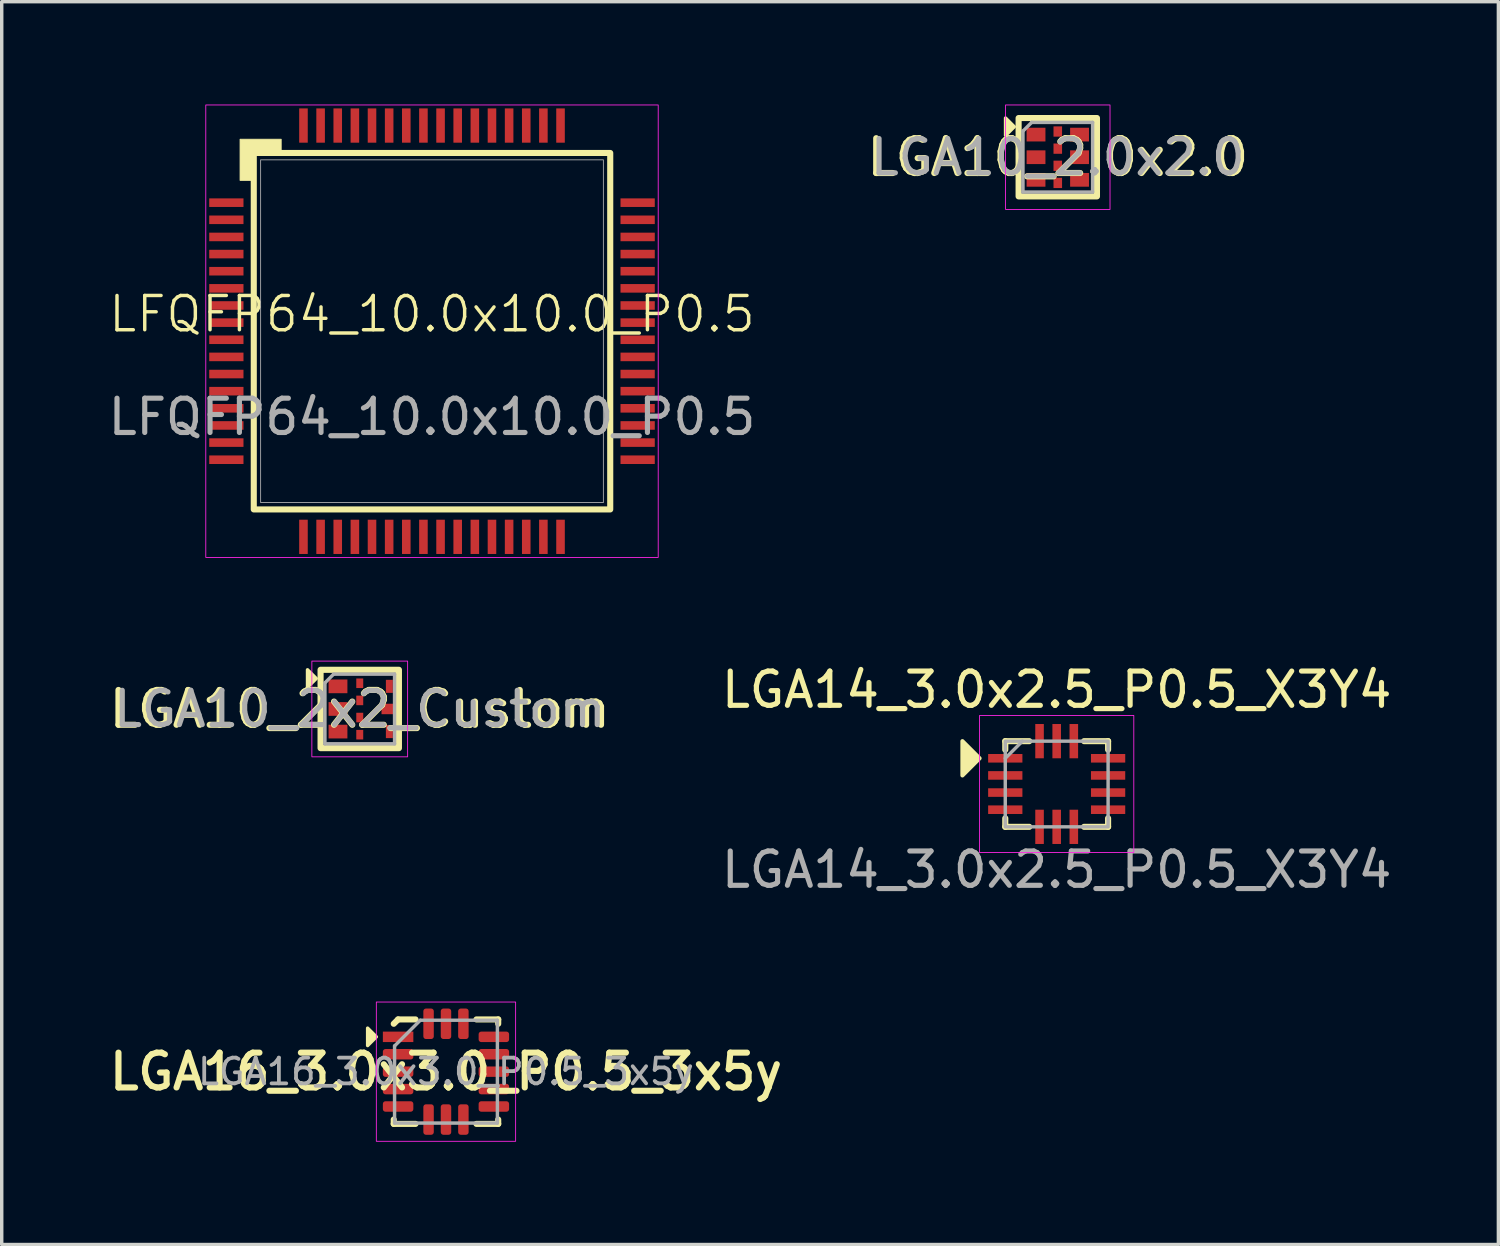
<source format=kicad_pcb>
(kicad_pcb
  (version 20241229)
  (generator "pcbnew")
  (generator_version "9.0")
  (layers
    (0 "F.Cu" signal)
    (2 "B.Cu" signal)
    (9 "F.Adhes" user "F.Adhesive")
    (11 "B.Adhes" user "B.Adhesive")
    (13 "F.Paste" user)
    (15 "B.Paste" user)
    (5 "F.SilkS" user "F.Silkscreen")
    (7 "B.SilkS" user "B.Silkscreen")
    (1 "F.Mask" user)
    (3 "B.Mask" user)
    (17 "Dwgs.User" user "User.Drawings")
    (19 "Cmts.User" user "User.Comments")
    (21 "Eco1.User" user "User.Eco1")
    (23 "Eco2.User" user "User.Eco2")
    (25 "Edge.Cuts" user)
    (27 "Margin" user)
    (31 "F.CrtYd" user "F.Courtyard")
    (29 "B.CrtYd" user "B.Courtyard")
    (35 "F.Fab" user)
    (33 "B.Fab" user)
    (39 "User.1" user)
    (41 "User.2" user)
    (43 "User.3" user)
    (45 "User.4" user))
  (footprint "LFQFP64_10.0x10.0_P0.5"
    (layer "F.Cu")
    (at 9.554 6.613)
    (property "Reference" "LFQFP64_10.0x10.0_P0.5" (at 0 -0.5 0) (unlocked yes) (layer "F.SilkS") (effects (font (size 1 1) (thickness 0.1))))
    (attr smd)
    (fp_rect (start -5.2 -5.2) (end 5.2 5.2) (stroke (width 0.178) (type solid)) (fill no) (layer "F.SilkS"))
    (fp_poly (pts (xy -5.2 -4.4) (xy -5.6 -4.4) (xy -5.6 -5.6) (xy -4.4 -5.6) (xy -4.4 -5.2) (xy -5.2 -5.2)) (stroke (width 0.025) (type solid)) (fill yes) (layer "F.SilkS"))
    (fp_rect (start -6.6 -6.6) (end 6.6 6.6) (stroke (width 0.025) (type solid)) (fill no) (layer "F.CrtYd"))
    (fp_rect (start -5 -5) (end 5 5) (stroke (width 0.025) (type solid)) (fill no) (layer "F.Fab"))
    (fp_text user "${REFERENCE}" (at 0 2.5 0) (unlocked yes) (layer "F.Fab") (effects (font (size 1 1) (thickness 0.15))))
    (pad "1" smd rect (at -6 -3.75) (size 1 0.25) (layers "F.Cu" "F.Mask" "F.Paste"))
    (pad "2" smd rect (at -6 -3.25) (size 1 0.25) (layers "F.Cu" "F.Mask" "F.Paste"))
    (pad "3" smd rect (at -6 -2.75) (size 1 0.25) (layers "F.Cu" "F.Mask" "F.Paste"))
    (pad "4" smd rect (at -6 -2.25) (size 1 0.25) (layers "F.Cu" "F.Mask" "F.Paste"))
    (pad "5" smd rect (at -6 -1.75) (size 1 0.25) (layers "F.Cu" "F.Mask" "F.Paste"))
    (pad "6" smd rect (at -6 -1.25) (size 1 0.25) (layers "F.Cu" "F.Mask" "F.Paste"))
    (pad "7" smd rect (at -6 -0.75) (size 1 0.25) (layers "F.Cu" "F.Mask" "F.Paste"))
    (pad "8" smd rect (at -6 -0.25) (size 1 0.25) (layers "F.Cu" "F.Mask" "F.Paste"))
    (pad "9" smd rect (at -6 0.25) (size 1 0.25) (layers "F.Cu" "F.Mask" "F.Paste"))
    (pad "10" smd rect (at -6 0.75) (size 1 0.25) (layers "F.Cu" "F.Mask" "F.Paste"))
    (pad "11" smd rect (at -6 1.25) (size 1 0.25) (layers "F.Cu" "F.Mask" "F.Paste"))
    (pad "12" smd rect (at -6 1.75) (size 1 0.25) (layers "F.Cu" "F.Mask" "F.Paste"))
    (pad "13" smd rect (at -6 2.25) (size 1 0.25) (layers "F.Cu" "F.Mask" "F.Paste"))
    (pad "14" smd rect (at -6 2.75) (size 1 0.25) (layers "F.Cu" "F.Mask" "F.Paste"))
    (pad "15" smd rect (at -6 3.25) (size 1 0.25) (layers "F.Cu" "F.Mask" "F.Paste"))
    (pad "16" smd rect (at -6 3.75) (size 1 0.25) (layers "F.Cu" "F.Mask" "F.Paste"))
    (pad "17" smd rect (at -3.75 6) (size 0.25 1) (layers "F.Cu" "F.Mask" "F.Paste"))
    (pad "18" smd rect (at -3.25 6) (size 0.25 1) (layers "F.Cu" "F.Mask" "F.Paste"))
    (pad "19" smd rect (at -2.75 6) (size 0.25 1) (layers "F.Cu" "F.Mask" "F.Paste"))
    (pad "20" smd rect (at -2.25 6) (size 0.25 1) (layers "F.Cu" "F.Mask" "F.Paste"))
    (pad "21" smd rect (at -1.75 6) (size 0.25 1) (layers "F.Cu" "F.Mask" "F.Paste"))
    (pad "22" smd rect (at -1.25 6) (size 0.25 1) (layers "F.Cu" "F.Mask" "F.Paste"))
    (pad "23" smd rect (at -0.75 6) (size 0.25 1) (layers "F.Cu" "F.Mask" "F.Paste"))
    (pad "24" smd rect (at -0.25 6) (size 0.25 1) (layers "F.Cu" "F.Mask" "F.Paste"))
    (pad "25" smd rect (at 0.25 6) (size 0.25 1) (layers "F.Cu" "F.Mask" "F.Paste"))
    (pad "26" smd rect (at 0.75 6) (size 0.25 1) (layers "F.Cu" "F.Mask" "F.Paste"))
    (pad "27" smd rect (at 1.25 6) (size 0.25 1) (layers "F.Cu" "F.Mask" "F.Paste"))
    (pad "28" smd rect (at 1.75 6) (size 0.25 1) (layers "F.Cu" "F.Mask" "F.Paste"))
    (pad "29" smd rect (at 2.25 6) (size 0.25 1) (layers "F.Cu" "F.Mask" "F.Paste"))
    (pad "30" smd rect (at 2.75 6) (size 0.25 1) (layers "F.Cu" "F.Mask" "F.Paste"))
    (pad "31" smd rect (at 3.25 6) (size 0.25 1) (layers "F.Cu" "F.Mask" "F.Paste"))
    (pad "32" smd rect (at 3.75 6) (size 0.25 1) (layers "F.Cu" "F.Mask" "F.Paste"))
    (pad "33" smd rect (at 6 3.75) (size 1 0.25) (layers "F.Cu" "F.Mask" "F.Paste"))
    (pad "34" smd rect (at 6 3.25) (size 1 0.25) (layers "F.Cu" "F.Mask" "F.Paste"))
    (pad "35" smd rect (at 6 2.75) (size 1 0.25) (layers "F.Cu" "F.Mask" "F.Paste"))
    (pad "36" smd rect (at 6 2.25) (size 1 0.25) (layers "F.Cu" "F.Mask" "F.Paste"))
    (pad "37" smd rect (at 6 1.75) (size 1 0.25) (layers "F.Cu" "F.Mask" "F.Paste"))
    (pad "38" smd rect (at 6 1.25) (size 1 0.25) (layers "F.Cu" "F.Mask" "F.Paste"))
    (pad "39" smd rect (at 6 0.75) (size 1 0.25) (layers "F.Cu" "F.Mask" "F.Paste"))
    (pad "40" smd rect (at 6 0.25) (size 1 0.25) (layers "F.Cu" "F.Mask" "F.Paste"))
    (pad "41" smd rect (at 6 -0.25) (size 1 0.25) (layers "F.Cu" "F.Mask" "F.Paste"))
    (pad "42" smd rect (at 6 -0.75) (size 1 0.25) (layers "F.Cu" "F.Mask" "F.Paste"))
    (pad "43" smd rect (at 6 -1.25) (size 1 0.25) (layers "F.Cu" "F.Mask" "F.Paste"))
    (pad "44" smd rect (at 6 -1.75) (size 1 0.25) (layers "F.Cu" "F.Mask" "F.Paste"))
    (pad "45" smd rect (at 6 -2.25) (size 1 0.25) (layers "F.Cu" "F.Mask" "F.Paste"))
    (pad "46" smd rect (at 6 -2.75) (size 1 0.25) (layers "F.Cu" "F.Mask" "F.Paste"))
    (pad "47" smd rect (at 6 -3.25) (size 1 0.25) (layers "F.Cu" "F.Mask" "F.Paste"))
    (pad "48" smd rect (at 6 -3.75) (size 1 0.25) (layers "F.Cu" "F.Mask" "F.Paste"))
    (pad "49" smd rect (at 3.75 -6) (size 0.25 1) (layers "F.Cu" "F.Mask" "F.Paste"))
    (pad "50" smd rect (at 3.25 -6) (size 0.25 1) (layers "F.Cu" "F.Mask" "F.Paste"))
    (pad "51" smd rect (at 2.75 -6) (size 0.25 1) (layers "F.Cu" "F.Mask" "F.Paste"))
    (pad "52" smd rect (at 2.25 -6) (size 0.25 1) (layers "F.Cu" "F.Mask" "F.Paste"))
    (pad "53" smd rect (at 1.75 -6) (size 0.25 1) (layers "F.Cu" "F.Mask" "F.Paste"))
    (pad "54" smd rect (at 1.25 -6) (size 0.25 1) (layers "F.Cu" "F.Mask" "F.Paste"))
    (pad "55" smd rect (at 0.75 -6) (size 0.25 1) (layers "F.Cu" "F.Mask" "F.Paste"))
    (pad "56" smd rect (at 0.25 -6) (size 0.25 1) (layers "F.Cu" "F.Mask" "F.Paste"))
    (pad "57" smd rect (at -0.25 -6) (size 0.25 1) (layers "F.Cu" "F.Mask" "F.Paste"))
    (pad "58" smd rect (at -0.75 -6) (size 0.25 1) (layers "F.Cu" "F.Mask" "F.Paste"))
    (pad "59" smd rect (at -1.25 -6) (size 0.25 1) (layers "F.Cu" "F.Mask" "F.Paste"))
    (pad "60" smd rect (at -1.75 -6) (size 0.25 1) (layers "F.Cu" "F.Mask" "F.Paste"))
    (pad "61" smd rect (at -2.25 -6) (size 0.25 1) (layers "F.Cu" "F.Mask" "F.Paste"))
    (pad "62" smd rect (at -2.75 -6) (size 0.25 1) (layers "F.Cu" "F.Mask" "F.Paste"))
    (pad "63" smd rect (at -3.25 -6) (size 0.25 1) (layers "F.Cu" "F.Mask" "F.Paste"))
    (pad "64" smd rect (at -3.75 -6) (size 0.25 1) (layers "F.Cu" "F.Mask" "F.Paste")))
  (footprint "LGA16_3.0x3.0_P0.5_3x5y"
    (layer "F.Cu")
    (at 9.962 28.217)
    (property "Reference" "LGA16_3.0x3.0_P0.5_3x5y" (at 0 0 0) (layer "F.SilkS") (effects (font (size 1.016 1.016) (thickness 0.178))))
    (attr smd)
    (fp_line (start -1.524 -1.397) (end -1.397 -1.524) (stroke (width 0.178) (type solid)) (layer "F.SilkS"))
    (fp_line (start -1.524 1.524) (end -1.524 1.397) (stroke (width 0.178) (type solid)) (layer "F.SilkS"))
    (fp_line (start -1.397 -1.524) (end -0.889 -1.524) (stroke (width 0.178) (type solid)) (layer "F.SilkS"))
    (fp_line (start -0.889 1.524) (end -1.524 1.524) (stroke (width 0.178) (type solid)) (layer "F.SilkS"))
    (fp_line (start 0.889 -1.524) (end 1.524 -1.524) (stroke (width 0.178) (type solid)) (layer "F.SilkS"))
    (fp_line (start 1.524 -1.524) (end 1.524 -1.397) (stroke (width 0.178) (type solid)) (layer "F.SilkS"))
    (fp_line (start 1.524 1.397) (end 1.524 1.524) (stroke (width 0.178) (type solid)) (layer "F.SilkS"))
    (fp_line (start 1.524 1.524) (end 0.889 1.524) (stroke (width 0.178) (type solid)) (layer "F.SilkS"))
    (fp_poly (pts (xy -2.032 -1.016) (xy -2.286 -0.762) (xy -2.286 -1.27)) (stroke (width 0.1) (type solid)) (fill yes) (layer "F.SilkS"))
    (fp_rect (start -2.032 -2.032) (end 2.032 2.032) (stroke (width 0.025) (type solid)) (fill no) (layer "F.CrtYd"))
    (fp_line (start -1.5 -0.75) (end -0.75 -1.5) (stroke (width 0.1) (type solid)) (layer "F.Fab"))
    (fp_line (start -1.5 1.5) (end -1.5 -0.75) (stroke (width 0.1) (type solid)) (layer "F.Fab"))
    (fp_line (start -0.75 -1.5) (end 1.5 -1.5) (stroke (width 0.1) (type solid)) (layer "F.Fab"))
    (fp_line (start 1.5 -1.5) (end 1.5 1.5) (stroke (width 0.1) (type solid)) (layer "F.Fab"))
    (fp_line (start 1.5 1.5) (end -1.5 1.5) (stroke (width 0.1) (type solid)) (layer "F.Fab"))
    (fp_text user "${REFERENCE}" (at 0 0 0) (layer "F.Fab") (effects (font (size 0.75 0.75) (thickness 0.11))))
    (pad "1" smd rect (at -1.397 -1.016) (size 0.889 0.305) (layers "F.Cu" "F.Mask" "F.Paste"))
    (pad "2" smd roundrect (at -1.397 -0.508) (size 0.889 0.305) (layers "F.Cu" "F.Mask" "F.Paste") (roundrect_rratio 0.25))
    (pad "3" smd roundrect (at -1.397 0) (size 0.889 0.305) (layers "F.Cu" "F.Mask" "F.Paste") (roundrect_rratio 0.25))
    (pad "4" smd roundrect (at -1.397 0.508) (size 0.889 0.305) (layers "F.Cu" "F.Mask" "F.Paste") (roundrect_rratio 0.25))
    (pad "5" smd roundrect (at -1.397 1.016) (size 0.889 0.305) (layers "F.Cu" "F.Mask" "F.Paste") (roundrect_rratio 0.25))
    (pad "6" smd roundrect (at -0.508 1.397) (size 0.305 0.889) (layers "F.Cu" "F.Mask" "F.Paste") (roundrect_rratio 0.25))
    (pad "7" smd roundrect (at 0 1.397) (size 0.305 0.889) (layers "F.Cu" "F.Mask" "F.Paste") (roundrect_rratio 0.25))
    (pad "8" smd roundrect (at 0.508 1.397) (size 0.305 0.889) (layers "F.Cu" "F.Mask" "F.Paste") (roundrect_rratio 0.25))
    (pad "9" smd roundrect (at 1.397 1.016) (size 0.889 0.305) (layers "F.Cu" "F.Mask" "F.Paste") (roundrect_rratio 0.25))
    (pad "10" smd roundrect (at 1.397 0.508) (size 0.889 0.305) (layers "F.Cu" "F.Mask" "F.Paste") (roundrect_rratio 0.25))
    (pad "11" smd roundrect (at 1.397 0) (size 0.889 0.305) (layers "F.Cu" "F.Mask" "F.Paste") (roundrect_rratio 0.25))
    (pad "12" smd roundrect (at 1.397 -0.508) (size 0.889 0.305) (layers "F.Cu" "F.Mask" "F.Paste") (roundrect_rratio 0.25))
    (pad "13" smd roundrect (at 1.397 -1.016) (size 0.889 0.305) (layers "F.Cu" "F.Mask" "F.Paste") (roundrect_rratio 0.25))
    (pad "14" smd roundrect (at 0.508 -1.397) (size 0.305 0.889) (layers "F.Cu" "F.Mask" "F.Paste") (roundrect_rratio 0.25))
    (pad "15" smd roundrect (at 0 -1.397) (size 0.305 0.889) (layers "F.Cu" "F.Mask" "F.Paste") (roundrect_rratio 0.25))
    (pad "16" smd roundrect (at -0.508 -1.397) (size 0.305 0.889) (layers "F.Cu" "F.Mask" "F.Paste") (roundrect_rratio 0.25)))
  (footprint "LGA14_3.0x2.5_P0.5_X3Y4"
    (layer "F.Cu")
    (at 27.78 19.824)
    (property "Reference" "LGA14_3.0x2.5_P0.5_X3Y4" (at 0 -2.75 0) (unlocked yes) (layer "F.SilkS") (effects (font (size 1 1) (thickness 0.15))))
    (attr smd)
    (fp_line (start -1.5 -1.25) (end -0.8 -1.25) (stroke (width 0.178) (type solid)) (layer "F.SilkS"))
    (fp_line (start -1.5 -1) (end -1.5 -1.25) (stroke (width 0.178) (type solid)) (layer "F.SilkS"))
    (fp_line (start -1.5 1) (end -1.5 1.25) (stroke (width 0.178) (type solid)) (layer "F.SilkS"))
    (fp_line (start -1.5 1.25) (end -0.8 1.25) (stroke (width 0.178) (type solid)) (layer "F.SilkS"))
    (fp_line (start 0.8 -1.25) (end 1.5 -1.25) (stroke (width 0.178) (type solid)) (layer "F.SilkS"))
    (fp_line (start 0.8 1.25) (end 1.5 1.25) (stroke (width 0.178) (type solid)) (layer "F.SilkS"))
    (fp_line (start 1.5 -1) (end 1.5 -1.25) (stroke (width 0.178) (type solid)) (layer "F.SilkS"))
    (fp_line (start 1.5 1) (end 1.5 1.25) (stroke (width 0.178) (type solid)) (layer "F.SilkS"))
    (fp_poly (pts (xy -2.25 -0.75) (xy -2.75 -0.25) (xy -2.75 -1.25)) (stroke (width 0.12) (type solid)) (fill yes) (layer "F.SilkS"))
    (fp_rect (start -2.25 -2) (end 2.25 2) (stroke (width 0.025) (type solid)) (fill no) (layer "F.CrtYd"))
    (fp_line (start -1.5 -0.75) (end -1 -1.25) (stroke (width 0.1) (type solid)) (layer "F.Fab"))
    (fp_rect (start -1.5 -1.25) (end 1.5 1.25) (stroke (width 0.1) (type solid)) (fill no) (layer "F.Fab"))
    (fp_text user "${REFERENCE}" (at 0 2.5 0) (unlocked yes) (layer "F.Fab") (effects (font (size 1 1) (thickness 0.15))))
    (pad "1" smd rect (at -1.5 -0.75) (size 1 0.25) (layers "F.Cu" "F.Mask" "F.Paste"))
    (pad "2" smd rect (at -1.5 -0.25) (size 1 0.25) (layers "F.Cu" "F.Mask" "F.Paste"))
    (pad "3" smd rect (at -1.5 0.25) (size 1 0.25) (layers "F.Cu" "F.Mask" "F.Paste"))
    (pad "4" smd rect (at -1.5 0.75) (size 1 0.25) (layers "F.Cu" "F.Mask" "F.Paste"))
    (pad "5" smd rect (at -0.5 1.25) (size 0.25 1) (layers "F.Cu" "F.Mask" "F.Paste"))
    (pad "6" smd rect (at 0 1.25) (size 0.25 1) (layers "F.Cu" "F.Mask" "F.Paste"))
    (pad "7" smd rect (at 0.5 1.25) (size 0.25 1) (layers "F.Cu" "F.Mask" "F.Paste"))
    (pad "8" smd rect (at 1.5 0.75) (size 1 0.25) (layers "F.Cu" "F.Mask" "F.Paste"))
    (pad "9" smd rect (at 1.5 0.25) (size 1 0.25) (layers "F.Cu" "F.Mask" "F.Paste"))
    (pad "10" smd rect (at 1.5 -0.25) (size 1 0.25) (layers "F.Cu" "F.Mask" "F.Paste"))
    (pad "11" smd rect (at 1.5 -0.75) (size 1 0.25) (layers "F.Cu" "F.Mask" "F.Paste"))
    (pad "12" smd rect (at 0.5 -1.25) (size 0.25 1) (layers "F.Cu" "F.Mask" "F.Paste"))
    (pad "13" smd rect (at 0 -1.25) (size 0.25 1) (layers "F.Cu" "F.Mask" "F.Paste"))
    (pad "14" smd rect (at -0.5 -1.25) (size 0.25 1) (layers "F.Cu" "F.Mask" "F.Paste")))
  (footprint "LGA10_2x2_Custom"
    (layer "F.Cu")
    (at 7.446 17.635)
    (property "Reference" "LGA10_2x2_Custom" (at 0 0 0) (layer "F.SilkS") (effects (font (size 1.016 1.016) (thickness 0.178))))
    (attr smd)
    (fp_rect (start -1.143 -1.143) (end 1.143 1.143) (stroke (width 0.178) (type solid)) (fill no) (layer "F.SilkS"))
    (fp_poly (pts (xy -1.27 -0.889) (xy -1.524 -0.635) (xy -1.524 -1.143)) (stroke (width 0.1) (type solid)) (fill yes) (layer "F.SilkS"))
    (fp_rect (start -1.397 -1.397) (end 1.397 1.397) (stroke (width 0.025) (type solid)) (fill no) (layer "F.CrtYd"))
    (fp_line (start -1.016 -0.762) (end -1.016 1.016) (stroke (width 0.1) (type solid)) (layer "F.Fab"))
    (fp_line (start -1.016 1.016) (end 1.016 1.016) (stroke (width 0.1) (type solid)) (layer "F.Fab"))
    (fp_line (start -0.762 -1.016) (end -1.016 -0.762) (stroke (width 0.1) (type solid)) (layer "F.Fab"))
    (fp_line (start 1.016 -1.016) (end -0.762 -1.016) (stroke (width 0.1) (type solid)) (layer "F.Fab"))
    (fp_line (start 1.016 1.016) (end 1.016 -1.016) (stroke (width 0.1) (type solid)) (layer "F.Fab"))
    (fp_text user "${REFERENCE}" (at 0 0 0) (layer "F.Fab") (effects (font (size 1 1) (thickness 0.15))))
    (pad "1" smd rect (at -0.635 -0.66) (size 0.55 0.4) (layers "F.Cu" "F.Mask" "F.Paste"))
    (pad "2" smd rect (at -0.635 0) (size 0.55 0.4) (layers "F.Cu" "F.Mask" "F.Paste"))
    (pad "3" smd rect (at -0.635 0.66) (size 0.55 0.4) (layers "F.Cu" "F.Mask" "F.Paste"))
    (pad "4" smd rect (at 0.864 0.66) (size 0.203 0.381) (layers "F.Cu" "F.Mask" "F.Paste"))
    (pad "5" smd rect (at 0.813 0) (size 0.356 0.305) (layers "F.Cu" "F.Mask" "F.Paste"))
    (pad "6" smd rect (at 0.864 -0.66) (size 0.203 0.381) (layers "F.Cu" "F.Mask" "F.Paste"))
    (pad "7" smd rect (at 0 -0.75) (size 0.203 0.279) (layers "F.Cu" "F.Mask" "F.Paste"))
    (pad "8" smd rect (at 0 -0.25) (size 0.203 0.279) (layers "F.Cu" "F.Mask" "F.Paste"))
    (pad "9" smd rect (at 0 0.25) (size 0.203 0.279) (layers "F.Cu" "F.Mask" "F.Paste"))
    (pad "10" smd rect (at 0 0.75) (size 0.203 0.279) (layers "F.Cu" "F.Mask" "F.Paste")))
  (footprint "LGA10_2.0x2.0"
    (layer "F.Cu")
    (at 27.812 1.537)
    (property "Reference" "LGA10_2.0x2.0" (at 0 0 0) (layer "F.SilkS") (effects (font (size 1.016 1.016) (thickness 0.178))))
    (attr smd)
    (fp_rect (start -1.143 -1.143) (end 1.143 1.143) (stroke (width 0.178) (type solid)) (fill no) (layer "F.SilkS"))
    (fp_poly (pts (xy -1.27 -0.889) (xy -1.524 -0.635) (xy -1.524 -1.143)) (stroke (width 0.1) (type solid)) (fill yes) (layer "F.SilkS"))
    (fp_rect (start -1.524 -1.524) (end 1.524 1.524) (stroke (width 0.025) (type solid)) (fill no) (layer "F.CrtYd"))
    (fp_line (start -1.016 -0.762) (end -1.016 1.016) (stroke (width 0.1) (type solid)) (layer "F.Fab"))
    (fp_line (start -1.016 1.016) (end 1.016 1.016) (stroke (width 0.1) (type solid)) (layer "F.Fab"))
    (fp_line (start -0.762 -1.016) (end -1.016 -0.762) (stroke (width 0.1) (type solid)) (layer "F.Fab"))
    (fp_line (start 1.016 -1.016) (end -0.762 -1.016) (stroke (width 0.1) (type solid)) (layer "F.Fab"))
    (fp_line (start 1.016 1.016) (end 1.016 -1.016) (stroke (width 0.1) (type solid)) (layer "F.Fab"))
    (fp_text user "${REFERENCE}" (at 0 0 0) (layer "F.Fab") (effects (font (size 1 1) (thickness 0.15))))
    (pad "1" smd rect (at -0.635 -0.66) (size 0.55 0.4) (layers "F.Cu" "F.Mask" "F.Paste"))
    (pad "2" smd rect (at -0.635 0) (size 0.55 0.4) (layers "F.Cu" "F.Mask" "F.Paste"))
    (pad "3" smd rect (at -0.635 0.66) (size 0.55 0.4) (layers "F.Cu" "F.Mask" "F.Paste"))
    (pad "4" smd rect (at 0.635 0.66) (size 0.55 0.4) (layers "F.Cu" "F.Mask" "F.Paste"))
    (pad "5" smd rect (at 0.635 0) (size 0.55 0.4) (layers "F.Cu" "F.Mask" "F.Paste"))
    (pad "6" smd rect (at 0.635 -0.66) (size 0.55 0.4) (layers "F.Cu" "F.Mask" "F.Paste"))
    (pad "7" smd rect (at 0 -0.75) (size 0.25 0.3) (layers "F.Cu" "F.Mask" "F.Paste"))
    (pad "8" smd rect (at 0 -0.25) (size 0.25 0.3) (layers "F.Cu" "F.Mask" "F.Paste"))
    (pad "9" smd rect (at 0 0.25) (size 0.25 0.3) (layers "F.Cu" "F.Mask" "F.Paste"))
    (pad "10" smd rect (at 0 0.75) (size 0.25 0.3) (layers "F.Cu" "F.Mask" "F.Paste")))
  (gr_rect
    (start -3 -3)
    (end 40.667 33.261)
    (stroke (width 0.1) (type default))
    (fill no)
    (layer "Edge.Cuts")))
</source>
